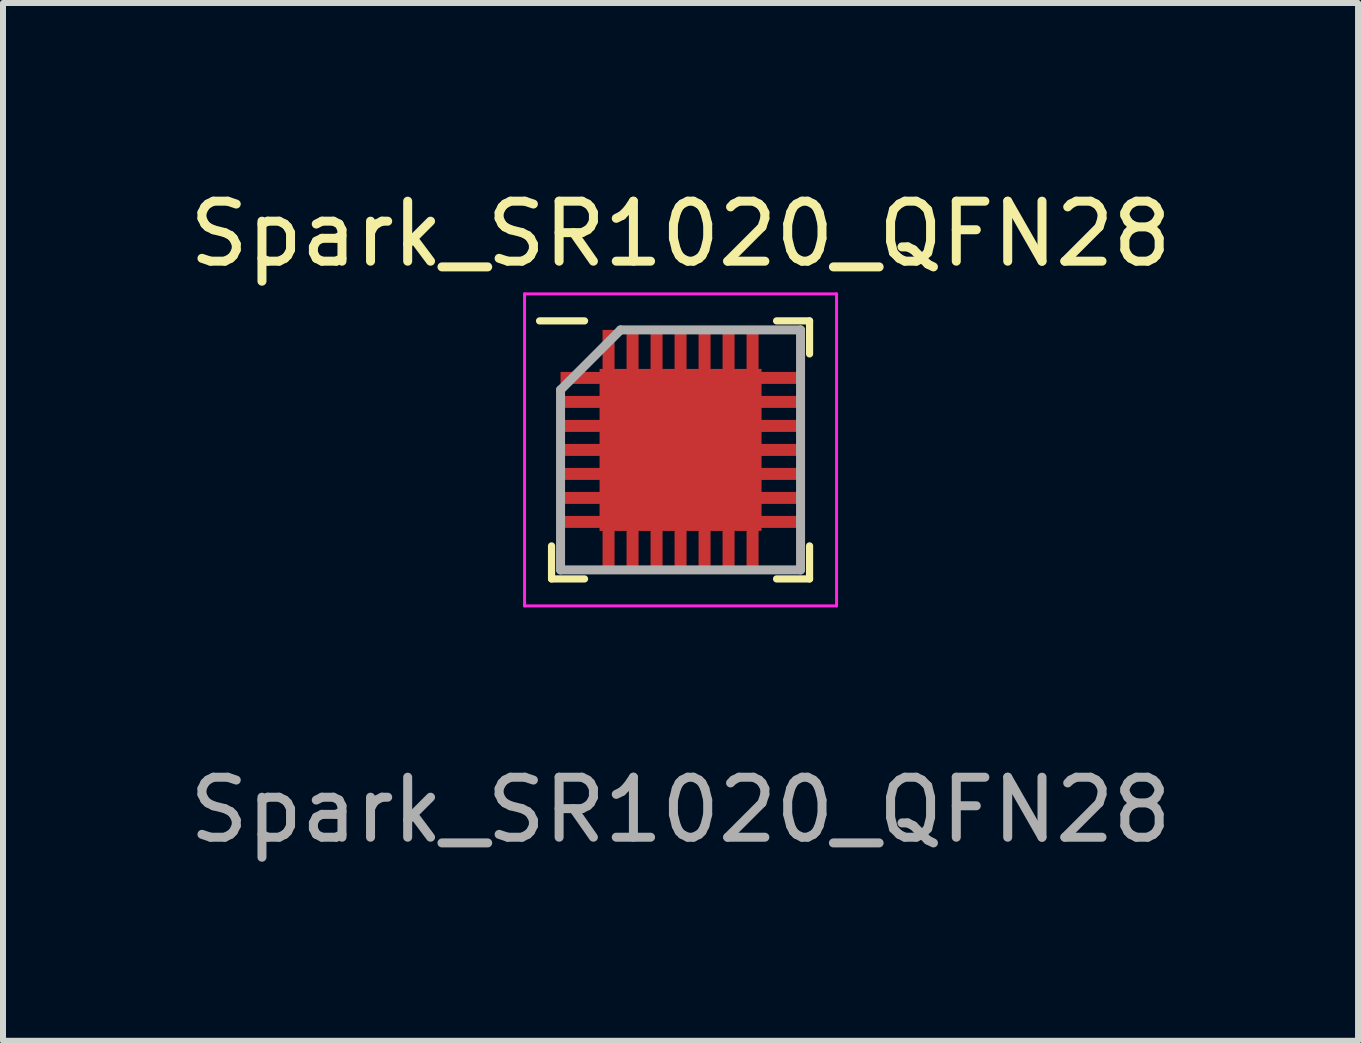
<source format=kicad_pcb>
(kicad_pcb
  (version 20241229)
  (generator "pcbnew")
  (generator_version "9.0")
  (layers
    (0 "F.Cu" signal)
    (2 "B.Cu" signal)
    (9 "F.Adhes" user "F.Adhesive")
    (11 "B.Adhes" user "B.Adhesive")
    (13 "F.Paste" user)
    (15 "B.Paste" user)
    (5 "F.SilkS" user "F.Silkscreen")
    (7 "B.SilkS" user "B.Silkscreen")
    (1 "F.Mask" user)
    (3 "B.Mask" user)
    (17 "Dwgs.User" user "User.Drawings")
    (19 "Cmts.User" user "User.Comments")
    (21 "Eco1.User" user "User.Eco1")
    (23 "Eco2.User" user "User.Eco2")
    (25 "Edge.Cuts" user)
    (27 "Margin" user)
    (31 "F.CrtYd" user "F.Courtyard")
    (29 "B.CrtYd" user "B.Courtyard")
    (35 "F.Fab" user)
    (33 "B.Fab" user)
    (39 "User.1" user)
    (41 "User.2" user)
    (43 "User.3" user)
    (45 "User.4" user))
  (footprint "Spark_SR1020_QFN28"
    (layer "F.Cu")
    (at 8.292 4.448)
    (property "Reference" "Spark_SR1020_QFN28" (at 0 -3.6 0) (layer "F.SilkS") (effects (font (size 1 1) (thickness 0.15))))
    (attr smd)
    (fp_line (start -2.15 2.15) (end -2.15 1.6) (stroke (width 0.12) (type default)) (layer "F.SilkS"))
    (fp_line (start -1.6 -2.15) (end -2.35 -2.15) (stroke (width 0.12) (type default)) (layer "F.SilkS"))
    (fp_line (start -1.6 2.15) (end -2.15 2.15) (stroke (width 0.12) (type default)) (layer "F.SilkS"))
    (fp_line (start 1.6 -2.15) (end 2.15 -2.15) (stroke (width 0.12) (type default)) (layer "F.SilkS"))
    (fp_line (start 1.6 2.15) (end 2.15 2.15) (stroke (width 0.12) (type default)) (layer "F.SilkS"))
    (fp_line (start 2.15 -2.15) (end 2.15 -1.6) (stroke (width 0.12) (type default)) (layer "F.SilkS"))
    (fp_line (start 2.15 2.15) (end 2.15 1.6) (stroke (width 0.12) (type default)) (layer "F.SilkS"))
    (fp_line (start -2.6 -2.6) (end 2.6 -2.6) (stroke (width 0.05) (type default)) (layer "F.CrtYd"))
    (fp_line (start -2.6 2.6) (end -2.6 -2.6) (stroke (width 0.05) (type default)) (layer "F.CrtYd"))
    (fp_line (start 2.6 -2.6) (end 2.6 2.6) (stroke (width 0.05) (type default)) (layer "F.CrtYd"))
    (fp_line (start 2.6 2.6) (end -2.6 2.6) (stroke (width 0.05) (type default)) (layer "F.CrtYd"))
    (fp_line (start -2 -1) (end -2 2) (stroke (width 0.15) (type default)) (layer "F.Fab"))
    (fp_line (start -2 2) (end 2 2) (stroke (width 0.15) (type default)) (layer "F.Fab"))
    (fp_line (start -1 -2) (end -2 -1) (stroke (width 0.15) (type default)) (layer "F.Fab"))
    (fp_line (start 2 -2) (end -1 -2) (stroke (width 0.15) (type default)) (layer "F.Fab"))
    (fp_line (start 2 2) (end 2 -2) (stroke (width 0.15) (type default)) (layer "F.Fab"))
    (fp_text user "${REFERENCE}" (at 0 6 0) (layer "F.Fab") (effects (font (size 1 1) (thickness 0.15))))
    (pad "" smd rect (at -1.012 -1.012) (size 0.000001 0.000001) (layers "F.Paste"))
    (pad "" smd rect (at -1.012 -0.338) (size 0.000001 0.000001) (layers "F.Paste"))
    (pad "" smd rect (at -1.012 0.338) (size 0.000001 0.000001) (layers "F.Paste"))
    (pad "" smd rect (at -1.012 1.012) (size 0.000001 0.000001) (layers "F.Paste"))
    (pad "" smd rect (at -0.338 -1.012) (size 0.000001 0.000001) (layers "F.Paste"))
    (pad "" smd rect (at -0.338 -0.338) (size 0.000001 0.000001) (layers "F.Paste"))
    (pad "" smd rect (at -0.338 0.338) (size 0.000001 0.000001) (layers "F.Paste"))
    (pad "" smd rect (at -0.338 1.012) (size 0.000001 0.000001) (layers "F.Paste"))
    (pad "" smd rect (at 0.338 -1.012) (size 0.000001 0.000001) (layers "F.Paste"))
    (pad "" smd rect (at 0.338 -0.338) (size 0.000001 0.000001) (layers "F.Paste"))
    (pad "" smd rect (at 0.338 0.338) (size 0.000001 0.000001) (layers "F.Paste"))
    (pad "" smd rect (at 0.338 1.012) (size 0.000001 0.000001) (layers "F.Paste"))
    (pad "" smd rect (at 1.012 -1.012) (size 0.000001 0.000001) (layers "F.Paste"))
    (pad "" smd rect (at 1.012 -0.338) (size 0.000001 0.000001) (layers "F.Paste"))
    (pad "" smd rect (at 1.012 0.338) (size 0.000001 0.000001) (layers "F.Paste"))
    (pad "" smd rect (at 1.012 1.012) (size 0.000001 0.000001) (layers "F.Paste"))
    (pad "1" smd rect (at -1.65 -1.2 90) (size 0.2 0.7) (layers "F.Cu" "F.Mask" "F.Paste"))
    (pad "2" smd rect (at -1.65 -0.8 90) (size 0.2 0.7) (layers "F.Cu" "F.Mask" "F.Paste"))
    (pad "3" smd rect (at -1.65 -0.4 90) (size 0.2 0.7) (layers "F.Cu" "F.Mask" "F.Paste"))
    (pad "4" smd rect (at -1.65 0 90) (size 0.2 0.7) (layers "F.Cu" "F.Mask" "F.Paste"))
    (pad "5" smd rect (at -1.65 0.4 90) (size 0.2 0.7) (layers "F.Cu" "F.Mask" "F.Paste"))
    (pad "6" smd rect (at -1.65 0.8 90) (size 0.2 0.7) (layers "F.Cu" "F.Mask" "F.Paste"))
    (pad "7" smd rect (at -1.65 1.2 90) (size 0.2 0.7) (layers "F.Cu" "F.Mask" "F.Paste"))
    (pad "8" smd rect (at -1.2 1.65) (size 0.2 0.7) (layers "F.Cu" "F.Mask" "F.Paste"))
    (pad "9" smd rect (at -0.8 1.65) (size 0.2 0.7) (layers "F.Cu" "F.Mask" "F.Paste"))
    (pad "10" smd rect (at -0.4 1.65) (size 0.2 0.7) (layers "F.Cu" "F.Mask" "F.Paste"))
    (pad "11" smd rect (at 0 1.65) (size 0.2 0.7) (layers "F.Cu" "F.Mask" "F.Paste"))
    (pad "12" smd rect (at 0.4 1.65) (size 0.2 0.7) (layers "F.Cu" "F.Mask" "F.Paste"))
    (pad "13" smd rect (at 0.8 1.65) (size 0.2 0.7) (layers "F.Cu" "F.Mask" "F.Paste"))
    (pad "14" smd rect (at 1.2 1.65) (size 0.2 0.7) (layers "F.Cu" "F.Mask" "F.Paste"))
    (pad "15" smd rect (at 1.65 1.2 90) (size 0.2 0.7) (layers "F.Cu" "F.Mask" "F.Paste"))
    (pad "16" smd rect (at 1.65 0.8 90) (size 0.2 0.7) (layers "F.Cu" "F.Mask" "F.Paste"))
    (pad "17" smd rect (at 1.65 0.4 90) (size 0.2 0.7) (layers "F.Cu" "F.Mask" "F.Paste"))
    (pad "18" smd rect (at 1.65 0 90) (size 0.2 0.7) (layers "F.Cu" "F.Mask" "F.Paste"))
    (pad "19" smd rect (at 1.65 -0.4 90) (size 0.2 0.7) (layers "F.Cu" "F.Mask" "F.Paste"))
    (pad "20" smd rect (at 1.65 -0.8 90) (size 0.2 0.7) (layers "F.Cu" "F.Mask" "F.Paste"))
    (pad "21" smd rect (at 1.65 -1.2 90) (size 0.2 0.7) (layers "F.Cu" "F.Mask" "F.Paste"))
    (pad "22" smd rect (at 1.2 -1.65) (size 0.2 0.7) (layers "F.Cu" "F.Mask" "F.Paste"))
    (pad "23" smd rect (at 0.8 -1.65) (size 0.2 0.7) (layers "F.Cu" "F.Mask" "F.Paste"))
    (pad "24" smd rect (at 0.4 -1.65) (size 0.2 0.7) (layers "F.Cu" "F.Mask" "F.Paste"))
    (pad "25" smd rect (at 0 -1.65) (size 0.2 0.7) (layers "F.Cu" "F.Mask" "F.Paste"))
    (pad "26" smd rect (at -0.4 -1.65) (size 0.2 0.7) (layers "F.Cu" "F.Mask" "F.Paste"))
    (pad "27" smd rect (at -0.8 -1.65) (size 0.2 0.7) (layers "F.Cu" "F.Mask" "F.Paste"))
    (pad "28" smd rect (at -1.2 -1.65) (size 0.2 0.7) (layers "F.Cu" "F.Mask" "F.Paste"))
    (pad "29" smd rect (at 0 0) (size 2.7 2.7) (layers "F.Cu" "F.Mask")))
  (gr_rect
    (start -3 -3)
    (end 19.583 14.296)
    (stroke (width 0.1) (type default))
    (fill no)
    (layer "Edge.Cuts")))
</source>
